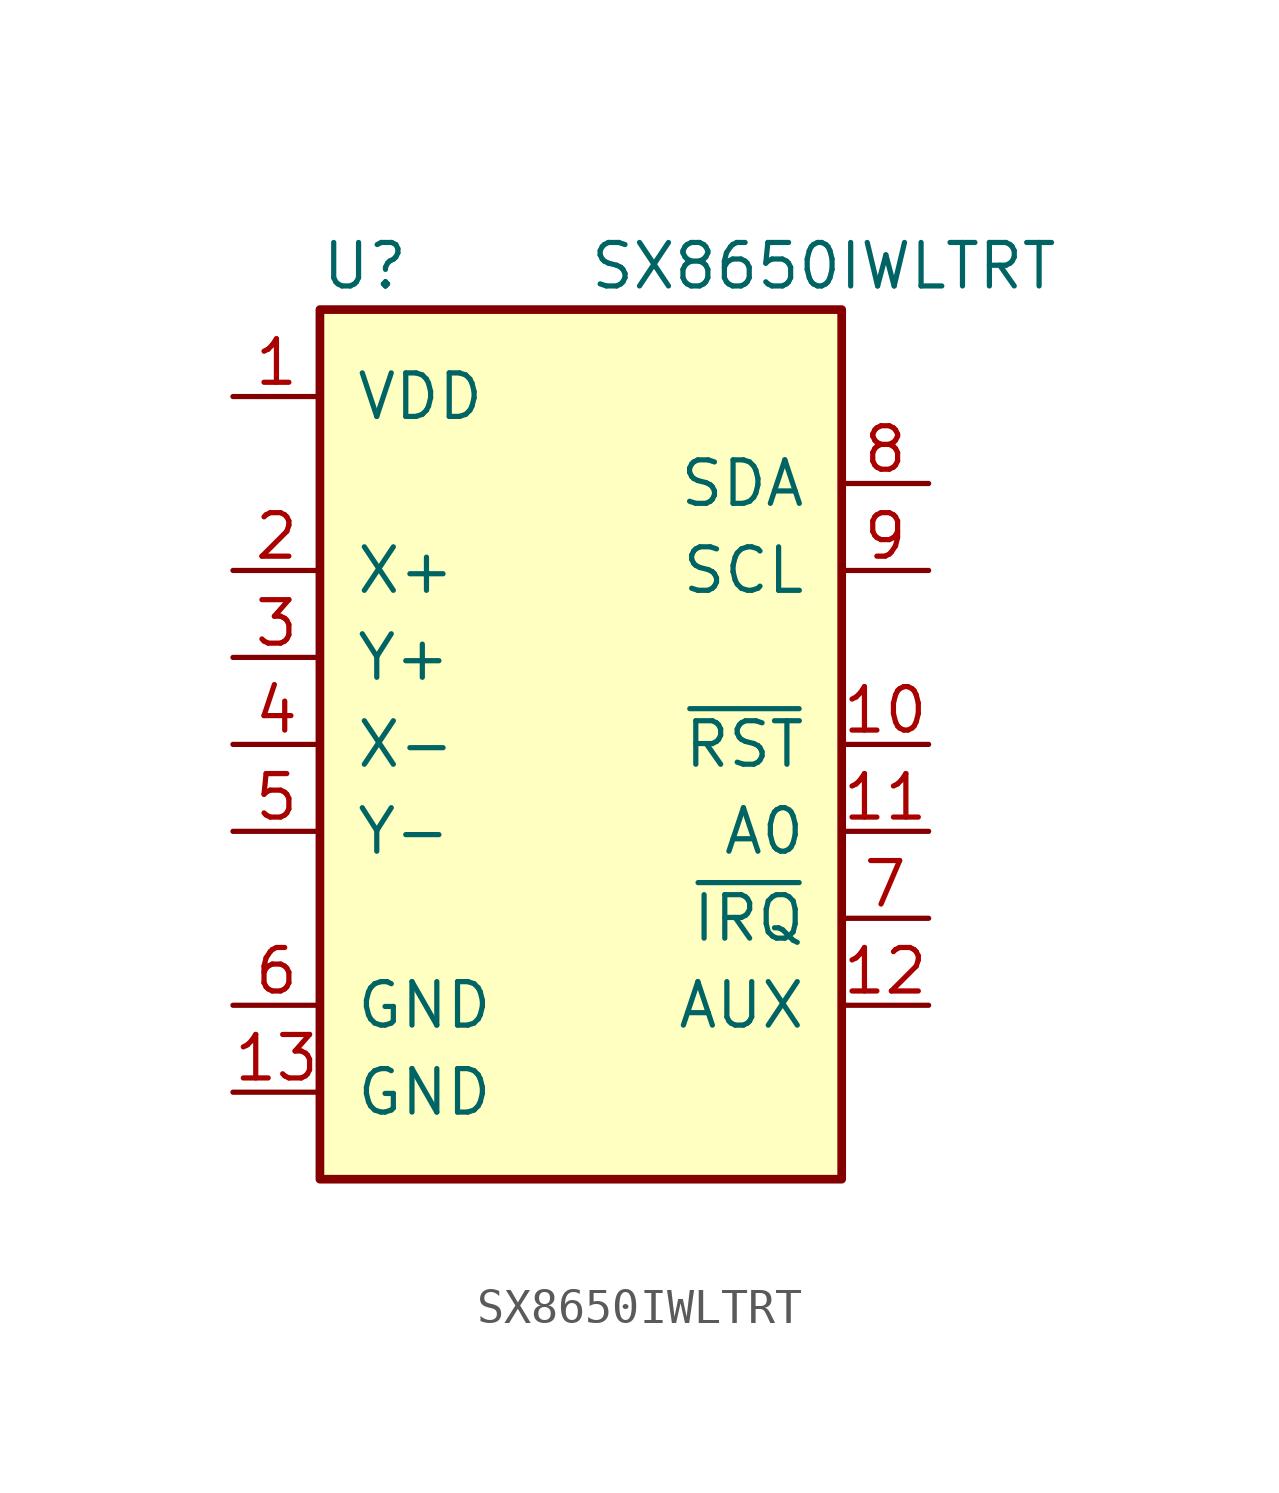
<source format=kicad_sym>
(kicad_symbol_lib
  (version 20211014)
  (generator kicad_symbol_editor)
  (symbol "SX8650IWLTRT"
    (pin_names
      (offset 1.016))
    (property "Reference" "U"
      (at -7.62 13.97 0)
      (effects (font (size 1.27 1.27)) (justify left)))
    (property "Value" "SX8650IWLTRT"
      (at 13.97 13.97 0)
      (effects (font (size 1.27 1.27)) (justify right)))
    (symbol "SX8650IWLTRT_0_1"
      (rectangle (start -7.62 12.7) (end 7.62 -12.7) (stroke (width 0.254) (type default) (color 0 0 0 0)) (fill (type background))))
    (symbol "SX8650IWLTRT_1_1"
      (pin power_in line (at -10.16 10.16 0) (length 2.54) (name "VDD" (effects (font (size 1.27 1.27)))) (number "1" (effects (font (size 1.27 1.27)))))
      (pin input line (at 10.16 0 180) (length 2.54) (name "~{RST}" (effects (font (size 1.27 1.27)))) (number "10" (effects (font (size 1.27 1.27)))))
      (pin input line (at 10.16 -2.54 180) (length 2.54) (name "A0" (effects (font (size 1.27 1.27)))) (number "11" (effects (font (size 1.27 1.27)))))
      (pin input line (at 10.16 -7.62 180) (length 2.54) (name "AUX" (effects (font (size 1.27 1.27)))) (number "12" (effects (font (size 1.27 1.27)))))
      (pin power_in line (at -10.16 -10.16 0) (length 2.54) (name "GND" (effects (font (size 1.27 1.27)))) (number "13" (effects (font (size 1.27 1.27)))))
      (pin input line (at -10.16 5.08 0) (length 2.54) (name "X+" (effects (font (size 1.27 1.27)))) (number "2" (effects (font (size 1.27 1.27)))))
      (pin input line (at -10.16 2.54 0) (length 2.54) (name "Y+" (effects (font (size 1.27 1.27)))) (number "3" (effects (font (size 1.27 1.27)))))
      (pin input line (at -10.16 0 0) (length 2.54) (name "X-" (effects (font (size 1.27 1.27)))) (number "4" (effects (font (size 1.27 1.27)))))
      (pin input line (at -10.16 -2.54 0) (length 2.54) (name "Y-" (effects (font (size 1.27 1.27)))) (number "5" (effects (font (size 1.27 1.27)))))
      (pin power_in line (at -10.16 -7.62 0) (length 2.54) (name "GND" (effects (font (size 1.27 1.27)))) (number "6" (effects (font (size 1.27 1.27)))))
      (pin open_collector line (at 10.16 -5.08 180) (length 2.54) (name "~{IRQ}" (effects (font (size 1.27 1.27)))) (number "7" (effects (font (size 1.27 1.27)))))
      (pin bidirectional line (at 10.16 7.62 180) (length 2.54) (name "SDA" (effects (font (size 1.27 1.27)))) (number "8" (effects (font (size 1.27 1.27)))))
      (pin input line (at 10.16 5.08 180) (length 2.54) (name "SCL" (effects (font (size 1.27 1.27)))) (number "9" (effects (font (size 1.27 1.27))))))))
</source>
